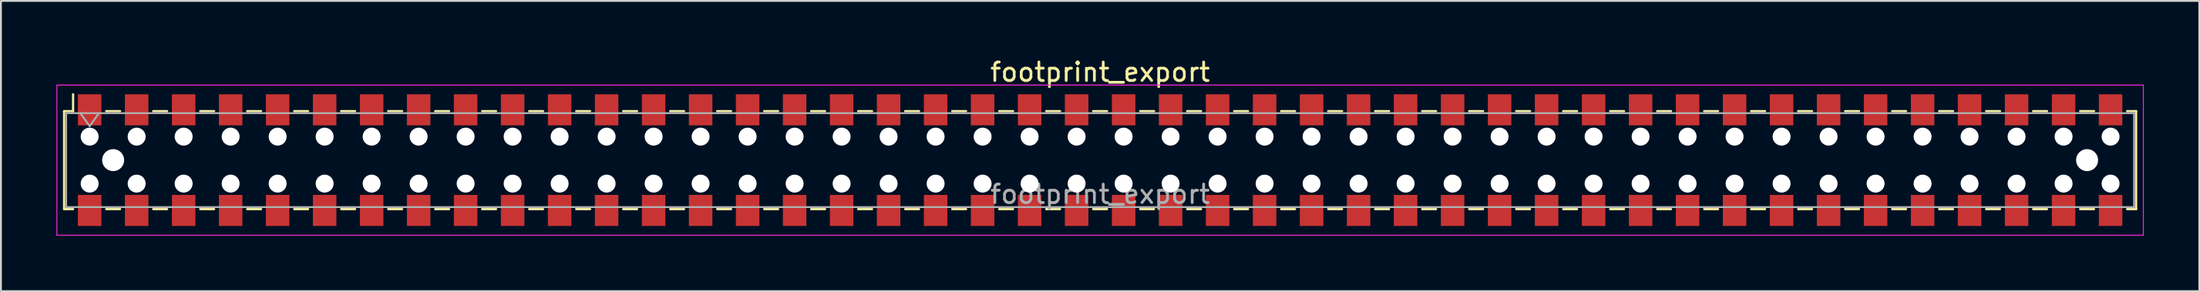
<source format=kicad_pcb>
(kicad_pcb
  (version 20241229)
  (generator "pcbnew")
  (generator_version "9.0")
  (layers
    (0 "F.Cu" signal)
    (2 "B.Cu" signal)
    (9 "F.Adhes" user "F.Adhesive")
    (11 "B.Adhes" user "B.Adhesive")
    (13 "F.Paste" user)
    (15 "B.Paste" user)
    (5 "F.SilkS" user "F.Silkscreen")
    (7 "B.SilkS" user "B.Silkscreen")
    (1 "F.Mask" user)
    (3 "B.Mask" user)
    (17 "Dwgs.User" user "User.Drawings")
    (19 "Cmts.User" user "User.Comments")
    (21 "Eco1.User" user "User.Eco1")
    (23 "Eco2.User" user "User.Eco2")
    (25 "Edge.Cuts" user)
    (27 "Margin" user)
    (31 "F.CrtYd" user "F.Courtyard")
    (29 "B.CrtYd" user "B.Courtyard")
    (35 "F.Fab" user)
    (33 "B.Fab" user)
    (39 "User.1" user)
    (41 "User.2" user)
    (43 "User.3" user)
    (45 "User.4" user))
  (footprint "footprint_export"
    (layer "F.Cu")
    (at 56.405 5.608)
    (property "Reference" "footprint_export" (at 0 -4.76 0) (layer "F.SilkS") (effects (font (size 1 1) (thickness 0.15))))
    (attr smd)
    (fp_line (start -55.99 -2.65) (end -55.99 2.65) (stroke (width 0.12) (type solid)) (layer "F.SilkS"))
    (fp_line (start -55.99 2.65) (end -55.505 2.65) (stroke (width 0.12) (type solid)) (layer "F.SilkS"))
    (fp_line (start -55.505 -3.56) (end -55.505 -2.65) (stroke (width 0.12) (type solid)) (layer "F.SilkS"))
    (fp_line (start -55.505 -2.65) (end -55.99 -2.65) (stroke (width 0.12) (type solid)) (layer "F.SilkS"))
    (fp_line (start -53.715 -2.65) (end -52.965 -2.65) (stroke (width 0.12) (type solid)) (layer "F.SilkS"))
    (fp_line (start -53.715 2.65) (end -52.965 2.65) (stroke (width 0.12) (type solid)) (layer "F.SilkS"))
    (fp_line (start -51.175 -2.65) (end -50.425 -2.65) (stroke (width 0.12) (type solid)) (layer "F.SilkS"))
    (fp_line (start -51.175 2.65) (end -50.425 2.65) (stroke (width 0.12) (type solid)) (layer "F.SilkS"))
    (fp_line (start -48.635 -2.65) (end -47.885 -2.65) (stroke (width 0.12) (type solid)) (layer "F.SilkS"))
    (fp_line (start -48.635 2.65) (end -47.885 2.65) (stroke (width 0.12) (type solid)) (layer "F.SilkS"))
    (fp_line (start -46.095 -2.65) (end -45.345 -2.65) (stroke (width 0.12) (type solid)) (layer "F.SilkS"))
    (fp_line (start -46.095 2.65) (end -45.345 2.65) (stroke (width 0.12) (type solid)) (layer "F.SilkS"))
    (fp_line (start -43.555 -2.65) (end -42.805 -2.65) (stroke (width 0.12) (type solid)) (layer "F.SilkS"))
    (fp_line (start -43.555 2.65) (end -42.805 2.65) (stroke (width 0.12) (type solid)) (layer "F.SilkS"))
    (fp_line (start -41.015 -2.65) (end -40.265 -2.65) (stroke (width 0.12) (type solid)) (layer "F.SilkS"))
    (fp_line (start -41.015 2.65) (end -40.265 2.65) (stroke (width 0.12) (type solid)) (layer "F.SilkS"))
    (fp_line (start -38.475 -2.65) (end -37.725 -2.65) (stroke (width 0.12) (type solid)) (layer "F.SilkS"))
    (fp_line (start -38.475 2.65) (end -37.725 2.65) (stroke (width 0.12) (type solid)) (layer "F.SilkS"))
    (fp_line (start -35.935 -2.65) (end -35.185 -2.65) (stroke (width 0.12) (type solid)) (layer "F.SilkS"))
    (fp_line (start -35.935 2.65) (end -35.185 2.65) (stroke (width 0.12) (type solid)) (layer "F.SilkS"))
    (fp_line (start -33.395 -2.65) (end -32.645 -2.65) (stroke (width 0.12) (type solid)) (layer "F.SilkS"))
    (fp_line (start -33.395 2.65) (end -32.645 2.65) (stroke (width 0.12) (type solid)) (layer "F.SilkS"))
    (fp_line (start -30.855 -2.65) (end -30.105 -2.65) (stroke (width 0.12) (type solid)) (layer "F.SilkS"))
    (fp_line (start -30.855 2.65) (end -30.105 2.65) (stroke (width 0.12) (type solid)) (layer "F.SilkS"))
    (fp_line (start -28.315 -2.65) (end -27.565 -2.65) (stroke (width 0.12) (type solid)) (layer "F.SilkS"))
    (fp_line (start -28.315 2.65) (end -27.565 2.65) (stroke (width 0.12) (type solid)) (layer "F.SilkS"))
    (fp_line (start -25.775 -2.65) (end -25.025 -2.65) (stroke (width 0.12) (type solid)) (layer "F.SilkS"))
    (fp_line (start -25.775 2.65) (end -25.025 2.65) (stroke (width 0.12) (type solid)) (layer "F.SilkS"))
    (fp_line (start -23.235 -2.65) (end -22.485 -2.65) (stroke (width 0.12) (type solid)) (layer "F.SilkS"))
    (fp_line (start -23.235 2.65) (end -22.485 2.65) (stroke (width 0.12) (type solid)) (layer "F.SilkS"))
    (fp_line (start -20.695 -2.65) (end -19.945 -2.65) (stroke (width 0.12) (type solid)) (layer "F.SilkS"))
    (fp_line (start -20.695 2.65) (end -19.945 2.65) (stroke (width 0.12) (type solid)) (layer "F.SilkS"))
    (fp_line (start -18.155 -2.65) (end -17.405 -2.65) (stroke (width 0.12) (type solid)) (layer "F.SilkS"))
    (fp_line (start -18.155 2.65) (end -17.405 2.65) (stroke (width 0.12) (type solid)) (layer "F.SilkS"))
    (fp_line (start -15.615 -2.65) (end -14.865 -2.65) (stroke (width 0.12) (type solid)) (layer "F.SilkS"))
    (fp_line (start -15.615 2.65) (end -14.865 2.65) (stroke (width 0.12) (type solid)) (layer "F.SilkS"))
    (fp_line (start -13.075 -2.65) (end -12.325 -2.65) (stroke (width 0.12) (type solid)) (layer "F.SilkS"))
    (fp_line (start -13.075 2.65) (end -12.325 2.65) (stroke (width 0.12) (type solid)) (layer "F.SilkS"))
    (fp_line (start -10.535 -2.65) (end -9.785 -2.65) (stroke (width 0.12) (type solid)) (layer "F.SilkS"))
    (fp_line (start -10.535 2.65) (end -9.785 2.65) (stroke (width 0.12) (type solid)) (layer "F.SilkS"))
    (fp_line (start -7.995 -2.65) (end -7.245 -2.65) (stroke (width 0.12) (type solid)) (layer "F.SilkS"))
    (fp_line (start -7.995 2.65) (end -7.245 2.65) (stroke (width 0.12) (type solid)) (layer "F.SilkS"))
    (fp_line (start -5.455 -2.65) (end -4.705 -2.65) (stroke (width 0.12) (type solid)) (layer "F.SilkS"))
    (fp_line (start -5.455 2.65) (end -4.705 2.65) (stroke (width 0.12) (type solid)) (layer "F.SilkS"))
    (fp_line (start -2.915 -2.65) (end -2.165 -2.65) (stroke (width 0.12) (type solid)) (layer "F.SilkS"))
    (fp_line (start -2.915 2.65) (end -2.165 2.65) (stroke (width 0.12) (type solid)) (layer "F.SilkS"))
    (fp_line (start -0.375 -2.65) (end 0.375 -2.65) (stroke (width 0.12) (type solid)) (layer "F.SilkS"))
    (fp_line (start -0.375 2.65) (end 0.375 2.65) (stroke (width 0.12) (type solid)) (layer "F.SilkS"))
    (fp_line (start 2.165 -2.65) (end 2.915 -2.65) (stroke (width 0.12) (type solid)) (layer "F.SilkS"))
    (fp_line (start 2.165 2.65) (end 2.915 2.65) (stroke (width 0.12) (type solid)) (layer "F.SilkS"))
    (fp_line (start 4.705 -2.65) (end 5.455 -2.65) (stroke (width 0.12) (type solid)) (layer "F.SilkS"))
    (fp_line (start 4.705 2.65) (end 5.455 2.65) (stroke (width 0.12) (type solid)) (layer "F.SilkS"))
    (fp_line (start 7.245 -2.65) (end 7.995 -2.65) (stroke (width 0.12) (type solid)) (layer "F.SilkS"))
    (fp_line (start 7.245 2.65) (end 7.995 2.65) (stroke (width 0.12) (type solid)) (layer "F.SilkS"))
    (fp_line (start 9.785 -2.65) (end 10.535 -2.65) (stroke (width 0.12) (type solid)) (layer "F.SilkS"))
    (fp_line (start 9.785 2.65) (end 10.535 2.65) (stroke (width 0.12) (type solid)) (layer "F.SilkS"))
    (fp_line (start 12.325 -2.65) (end 13.075 -2.65) (stroke (width 0.12) (type solid)) (layer "F.SilkS"))
    (fp_line (start 12.325 2.65) (end 13.075 2.65) (stroke (width 0.12) (type solid)) (layer "F.SilkS"))
    (fp_line (start 14.865 -2.65) (end 15.615 -2.65) (stroke (width 0.12) (type solid)) (layer "F.SilkS"))
    (fp_line (start 14.865 2.65) (end 15.615 2.65) (stroke (width 0.12) (type solid)) (layer "F.SilkS"))
    (fp_line (start 17.405 -2.65) (end 18.155 -2.65) (stroke (width 0.12) (type solid)) (layer "F.SilkS"))
    (fp_line (start 17.405 2.65) (end 18.155 2.65) (stroke (width 0.12) (type solid)) (layer "F.SilkS"))
    (fp_line (start 19.945 -2.65) (end 20.695 -2.65) (stroke (width 0.12) (type solid)) (layer "F.SilkS"))
    (fp_line (start 19.945 2.65) (end 20.695 2.65) (stroke (width 0.12) (type solid)) (layer "F.SilkS"))
    (fp_line (start 22.485 -2.65) (end 23.235 -2.65) (stroke (width 0.12) (type solid)) (layer "F.SilkS"))
    (fp_line (start 22.485 2.65) (end 23.235 2.65) (stroke (width 0.12) (type solid)) (layer "F.SilkS"))
    (fp_line (start 25.025 -2.65) (end 25.775 -2.65) (stroke (width 0.12) (type solid)) (layer "F.SilkS"))
    (fp_line (start 25.025 2.65) (end 25.775 2.65) (stroke (width 0.12) (type solid)) (layer "F.SilkS"))
    (fp_line (start 27.565 -2.65) (end 28.315 -2.65) (stroke (width 0.12) (type solid)) (layer "F.SilkS"))
    (fp_line (start 27.565 2.65) (end 28.315 2.65) (stroke (width 0.12) (type solid)) (layer "F.SilkS"))
    (fp_line (start 30.105 -2.65) (end 30.855 -2.65) (stroke (width 0.12) (type solid)) (layer "F.SilkS"))
    (fp_line (start 30.105 2.65) (end 30.855 2.65) (stroke (width 0.12) (type solid)) (layer "F.SilkS"))
    (fp_line (start 32.645 -2.65) (end 33.395 -2.65) (stroke (width 0.12) (type solid)) (layer "F.SilkS"))
    (fp_line (start 32.645 2.65) (end 33.395 2.65) (stroke (width 0.12) (type solid)) (layer "F.SilkS"))
    (fp_line (start 35.185 -2.65) (end 35.935 -2.65) (stroke (width 0.12) (type solid)) (layer "F.SilkS"))
    (fp_line (start 35.185 2.65) (end 35.935 2.65) (stroke (width 0.12) (type solid)) (layer "F.SilkS"))
    (fp_line (start 37.725 -2.65) (end 38.475 -2.65) (stroke (width 0.12) (type solid)) (layer "F.SilkS"))
    (fp_line (start 37.725 2.65) (end 38.475 2.65) (stroke (width 0.12) (type solid)) (layer "F.SilkS"))
    (fp_line (start 40.265 -2.65) (end 41.015 -2.65) (stroke (width 0.12) (type solid)) (layer "F.SilkS"))
    (fp_line (start 40.265 2.65) (end 41.015 2.65) (stroke (width 0.12) (type solid)) (layer "F.SilkS"))
    (fp_line (start 42.805 -2.65) (end 43.555 -2.65) (stroke (width 0.12) (type solid)) (layer "F.SilkS"))
    (fp_line (start 42.805 2.65) (end 43.555 2.65) (stroke (width 0.12) (type solid)) (layer "F.SilkS"))
    (fp_line (start 45.345 -2.65) (end 46.095 -2.65) (stroke (width 0.12) (type solid)) (layer "F.SilkS"))
    (fp_line (start 45.345 2.65) (end 46.095 2.65) (stroke (width 0.12) (type solid)) (layer "F.SilkS"))
    (fp_line (start 47.885 -2.65) (end 48.635 -2.65) (stroke (width 0.12) (type solid)) (layer "F.SilkS"))
    (fp_line (start 47.885 2.65) (end 48.635 2.65) (stroke (width 0.12) (type solid)) (layer "F.SilkS"))
    (fp_line (start 50.425 -2.65) (end 51.175 -2.65) (stroke (width 0.12) (type solid)) (layer "F.SilkS"))
    (fp_line (start 50.425 2.65) (end 51.175 2.65) (stroke (width 0.12) (type solid)) (layer "F.SilkS"))
    (fp_line (start 52.965 -2.65) (end 53.715 -2.65) (stroke (width 0.12) (type solid)) (layer "F.SilkS"))
    (fp_line (start 52.965 2.65) (end 53.715 2.65) (stroke (width 0.12) (type solid)) (layer "F.SilkS"))
    (fp_line (start 55.505 -2.65) (end 55.99 -2.65) (stroke (width 0.12) (type solid)) (layer "F.SilkS"))
    (fp_line (start 55.99 -2.65) (end 55.99 2.65) (stroke (width 0.12) (type solid)) (layer "F.SilkS"))
    (fp_line (start 55.99 2.65) (end 55.505 2.65) (stroke (width 0.12) (type solid)) (layer "F.SilkS"))
    (fp_line (start -56.38 -4.06) (end 56.38 -4.06) (stroke (width 0.05) (type solid)) (layer "F.CrtYd"))
    (fp_line (start -56.38 4.06) (end -56.38 -4.06) (stroke (width 0.05) (type solid)) (layer "F.CrtYd"))
    (fp_line (start 56.38 -4.06) (end 56.38 4.06) (stroke (width 0.05) (type solid)) (layer "F.CrtYd"))
    (fp_line (start 56.38 4.06) (end -56.38 4.06) (stroke (width 0.05) (type solid)) (layer "F.CrtYd"))
    (fp_line (start -55.88 -2.54) (end 55.88 -2.54) (stroke (width 0.1) (type solid)) (layer "F.Fab"))
    (fp_line (start -55.88 2.54) (end -55.88 -2.54) (stroke (width 0.1) (type solid)) (layer "F.Fab"))
    (fp_line (start -55.11 -2.54) (end -54.61 -1.833) (stroke (width 0.1) (type solid)) (layer "F.Fab"))
    (fp_line (start -54.61 -1.833) (end -54.11 -2.54) (stroke (width 0.1) (type solid)) (layer "F.Fab"))
    (fp_line (start 55.88 -2.54) (end 55.88 2.54) (stroke (width 0.1) (type solid)) (layer "F.Fab"))
    (fp_line (start 55.88 2.54) (end -55.88 2.54) (stroke (width 0.1) (type solid)) (layer "F.Fab"))
    (fp_text user "${REFERENCE}" (at 0 1.84 0) (layer "F.Fab") (effects (font (size 1 1) (thickness 0.15))))
    (pad "" np_thru_hole circle (at -54.61 -1.27) (size 0.97 0.97) (drill 0.97) (layers "*.Cu" "*.Mask"))
    (pad "" np_thru_hole circle (at -54.61 1.27) (size 0.97 0.97) (drill 0.97) (layers "*.Cu" "*.Mask"))
    (pad "" np_thru_hole circle (at -53.34 0) (size 1.19 1.19) (drill 1.19) (layers "*.Cu" "*.Mask"))
    (pad "" np_thru_hole circle (at -52.07 -1.27) (size 0.97 0.97) (drill 0.97) (layers "*.Cu" "*.Mask"))
    (pad "" np_thru_hole circle (at -52.07 1.27) (size 0.97 0.97) (drill 0.97) (layers "*.Cu" "*.Mask"))
    (pad "" np_thru_hole circle (at -49.53 -1.27) (size 0.97 0.97) (drill 0.97) (layers "*.Cu" "*.Mask"))
    (pad "" np_thru_hole circle (at -49.53 1.27) (size 0.97 0.97) (drill 0.97) (layers "*.Cu" "*.Mask"))
    (pad "" np_thru_hole circle (at -46.99 -1.27) (size 0.97 0.97) (drill 0.97) (layers "*.Cu" "*.Mask"))
    (pad "" np_thru_hole circle (at -46.99 1.27) (size 0.97 0.97) (drill 0.97) (layers "*.Cu" "*.Mask"))
    (pad "" np_thru_hole circle (at -44.45 -1.27) (size 0.97 0.97) (drill 0.97) (layers "*.Cu" "*.Mask"))
    (pad "" np_thru_hole circle (at -44.45 1.27) (size 0.97 0.97) (drill 0.97) (layers "*.Cu" "*.Mask"))
    (pad "" np_thru_hole circle (at -41.91 -1.27) (size 0.97 0.97) (drill 0.97) (layers "*.Cu" "*.Mask"))
    (pad "" np_thru_hole circle (at -41.91 1.27) (size 0.97 0.97) (drill 0.97) (layers "*.Cu" "*.Mask"))
    (pad "" np_thru_hole circle (at -39.37 -1.27) (size 0.97 0.97) (drill 0.97) (layers "*.Cu" "*.Mask"))
    (pad "" np_thru_hole circle (at -39.37 1.27) (size 0.97 0.97) (drill 0.97) (layers "*.Cu" "*.Mask"))
    (pad "" np_thru_hole circle (at -36.83 -1.27) (size 0.97 0.97) (drill 0.97) (layers "*.Cu" "*.Mask"))
    (pad "" np_thru_hole circle (at -36.83 1.27) (size 0.97 0.97) (drill 0.97) (layers "*.Cu" "*.Mask"))
    (pad "" np_thru_hole circle (at -34.29 -1.27) (size 0.97 0.97) (drill 0.97) (layers "*.Cu" "*.Mask"))
    (pad "" np_thru_hole circle (at -34.29 1.27) (size 0.97 0.97) (drill 0.97) (layers "*.Cu" "*.Mask"))
    (pad "" np_thru_hole circle (at -31.75 -1.27) (size 0.97 0.97) (drill 0.97) (layers "*.Cu" "*.Mask"))
    (pad "" np_thru_hole circle (at -31.75 1.27) (size 0.97 0.97) (drill 0.97) (layers "*.Cu" "*.Mask"))
    (pad "" np_thru_hole circle (at -29.21 -1.27) (size 0.97 0.97) (drill 0.97) (layers "*.Cu" "*.Mask"))
    (pad "" np_thru_hole circle (at -29.21 1.27) (size 0.97 0.97) (drill 0.97) (layers "*.Cu" "*.Mask"))
    (pad "" np_thru_hole circle (at -26.67 -1.27) (size 0.97 0.97) (drill 0.97) (layers "*.Cu" "*.Mask"))
    (pad "" np_thru_hole circle (at -26.67 1.27) (size 0.97 0.97) (drill 0.97) (layers "*.Cu" "*.Mask"))
    (pad "" np_thru_hole circle (at -24.13 -1.27) (size 0.97 0.97) (drill 0.97) (layers "*.Cu" "*.Mask"))
    (pad "" np_thru_hole circle (at -24.13 1.27) (size 0.97 0.97) (drill 0.97) (layers "*.Cu" "*.Mask"))
    (pad "" np_thru_hole circle (at -21.59 -1.27) (size 0.97 0.97) (drill 0.97) (layers "*.Cu" "*.Mask"))
    (pad "" np_thru_hole circle (at -21.59 1.27) (size 0.97 0.97) (drill 0.97) (layers "*.Cu" "*.Mask"))
    (pad "" np_thru_hole circle (at -19.05 -1.27) (size 0.97 0.97) (drill 0.97) (layers "*.Cu" "*.Mask"))
    (pad "" np_thru_hole circle (at -19.05 1.27) (size 0.97 0.97) (drill 0.97) (layers "*.Cu" "*.Mask"))
    (pad "" np_thru_hole circle (at -16.51 -1.27) (size 0.97 0.97) (drill 0.97) (layers "*.Cu" "*.Mask"))
    (pad "" np_thru_hole circle (at -16.51 1.27) (size 0.97 0.97) (drill 0.97) (layers "*.Cu" "*.Mask"))
    (pad "" np_thru_hole circle (at -13.97 -1.27) (size 0.97 0.97) (drill 0.97) (layers "*.Cu" "*.Mask"))
    (pad "" np_thru_hole circle (at -13.97 1.27) (size 0.97 0.97) (drill 0.97) (layers "*.Cu" "*.Mask"))
    (pad "" np_thru_hole circle (at -11.43 -1.27) (size 0.97 0.97) (drill 0.97) (layers "*.Cu" "*.Mask"))
    (pad "" np_thru_hole circle (at -11.43 1.27) (size 0.97 0.97) (drill 0.97) (layers "*.Cu" "*.Mask"))
    (pad "" np_thru_hole circle (at -8.89 -1.27) (size 0.97 0.97) (drill 0.97) (layers "*.Cu" "*.Mask"))
    (pad "" np_thru_hole circle (at -8.89 1.27) (size 0.97 0.97) (drill 0.97) (layers "*.Cu" "*.Mask"))
    (pad "" np_thru_hole circle (at -6.35 -1.27) (size 0.97 0.97) (drill 0.97) (layers "*.Cu" "*.Mask"))
    (pad "" np_thru_hole circle (at -6.35 1.27) (size 0.97 0.97) (drill 0.97) (layers "*.Cu" "*.Mask"))
    (pad "" np_thru_hole circle (at -3.81 -1.27) (size 0.97 0.97) (drill 0.97) (layers "*.Cu" "*.Mask"))
    (pad "" np_thru_hole circle (at -3.81 1.27) (size 0.97 0.97) (drill 0.97) (layers "*.Cu" "*.Mask"))
    (pad "" np_thru_hole circle (at -1.27 -1.27) (size 0.97 0.97) (drill 0.97) (layers "*.Cu" "*.Mask"))
    (pad "" np_thru_hole circle (at -1.27 1.27) (size 0.97 0.97) (drill 0.97) (layers "*.Cu" "*.Mask"))
    (pad "" np_thru_hole circle (at 1.27 -1.27) (size 0.97 0.97) (drill 0.97) (layers "*.Cu" "*.Mask"))
    (pad "" np_thru_hole circle (at 1.27 1.27) (size 0.97 0.97) (drill 0.97) (layers "*.Cu" "*.Mask"))
    (pad "" np_thru_hole circle (at 3.81 -1.27) (size 0.97 0.97) (drill 0.97) (layers "*.Cu" "*.Mask"))
    (pad "" np_thru_hole circle (at 3.81 1.27) (size 0.97 0.97) (drill 0.97) (layers "*.Cu" "*.Mask"))
    (pad "" np_thru_hole circle (at 6.35 -1.27) (size 0.97 0.97) (drill 0.97) (layers "*.Cu" "*.Mask"))
    (pad "" np_thru_hole circle (at 6.35 1.27) (size 0.97 0.97) (drill 0.97) (layers "*.Cu" "*.Mask"))
    (pad "" np_thru_hole circle (at 8.89 -1.27) (size 0.97 0.97) (drill 0.97) (layers "*.Cu" "*.Mask"))
    (pad "" np_thru_hole circle (at 8.89 1.27) (size 0.97 0.97) (drill 0.97) (layers "*.Cu" "*.Mask"))
    (pad "" np_thru_hole circle (at 11.43 -1.27) (size 0.97 0.97) (drill 0.97) (layers "*.Cu" "*.Mask"))
    (pad "" np_thru_hole circle (at 11.43 1.27) (size 0.97 0.97) (drill 0.97) (layers "*.Cu" "*.Mask"))
    (pad "" np_thru_hole circle (at 13.97 -1.27) (size 0.97 0.97) (drill 0.97) (layers "*.Cu" "*.Mask"))
    (pad "" np_thru_hole circle (at 13.97 1.27) (size 0.97 0.97) (drill 0.97) (layers "*.Cu" "*.Mask"))
    (pad "" np_thru_hole circle (at 16.51 -1.27) (size 0.97 0.97) (drill 0.97) (layers "*.Cu" "*.Mask"))
    (pad "" np_thru_hole circle (at 16.51 1.27) (size 0.97 0.97) (drill 0.97) (layers "*.Cu" "*.Mask"))
    (pad "" np_thru_hole circle (at 19.05 -1.27) (size 0.97 0.97) (drill 0.97) (layers "*.Cu" "*.Mask"))
    (pad "" np_thru_hole circle (at 19.05 1.27) (size 0.97 0.97) (drill 0.97) (layers "*.Cu" "*.Mask"))
    (pad "" np_thru_hole circle (at 21.59 -1.27) (size 0.97 0.97) (drill 0.97) (layers "*.Cu" "*.Mask"))
    (pad "" np_thru_hole circle (at 21.59 1.27) (size 0.97 0.97) (drill 0.97) (layers "*.Cu" "*.Mask"))
    (pad "" np_thru_hole circle (at 24.13 -1.27) (size 0.97 0.97) (drill 0.97) (layers "*.Cu" "*.Mask"))
    (pad "" np_thru_hole circle (at 24.13 1.27) (size 0.97 0.97) (drill 0.97) (layers "*.Cu" "*.Mask"))
    (pad "" np_thru_hole circle (at 26.67 -1.27) (size 0.97 0.97) (drill 0.97) (layers "*.Cu" "*.Mask"))
    (pad "" np_thru_hole circle (at 26.67 1.27) (size 0.97 0.97) (drill 0.97) (layers "*.Cu" "*.Mask"))
    (pad "" np_thru_hole circle (at 29.21 -1.27) (size 0.97 0.97) (drill 0.97) (layers "*.Cu" "*.Mask"))
    (pad "" np_thru_hole circle (at 29.21 1.27) (size 0.97 0.97) (drill 0.97) (layers "*.Cu" "*.Mask"))
    (pad "" np_thru_hole circle (at 31.75 -1.27) (size 0.97 0.97) (drill 0.97) (layers "*.Cu" "*.Mask"))
    (pad "" np_thru_hole circle (at 31.75 1.27) (size 0.97 0.97) (drill 0.97) (layers "*.Cu" "*.Mask"))
    (pad "" np_thru_hole circle (at 34.29 -1.27) (size 0.97 0.97) (drill 0.97) (layers "*.Cu" "*.Mask"))
    (pad "" np_thru_hole circle (at 34.29 1.27) (size 0.97 0.97) (drill 0.97) (layers "*.Cu" "*.Mask"))
    (pad "" np_thru_hole circle (at 36.83 -1.27) (size 0.97 0.97) (drill 0.97) (layers "*.Cu" "*.Mask"))
    (pad "" np_thru_hole circle (at 36.83 1.27) (size 0.97 0.97) (drill 0.97) (layers "*.Cu" "*.Mask"))
    (pad "" np_thru_hole circle (at 39.37 -1.27) (size 0.97 0.97) (drill 0.97) (layers "*.Cu" "*.Mask"))
    (pad "" np_thru_hole circle (at 39.37 1.27) (size 0.97 0.97) (drill 0.97) (layers "*.Cu" "*.Mask"))
    (pad "" np_thru_hole circle (at 41.91 -1.27) (size 0.97 0.97) (drill 0.97) (layers "*.Cu" "*.Mask"))
    (pad "" np_thru_hole circle (at 41.91 1.27) (size 0.97 0.97) (drill 0.97) (layers "*.Cu" "*.Mask"))
    (pad "" np_thru_hole circle (at 44.45 -1.27) (size 0.97 0.97) (drill 0.97) (layers "*.Cu" "*.Mask"))
    (pad "" np_thru_hole circle (at 44.45 1.27) (size 0.97 0.97) (drill 0.97) (layers "*.Cu" "*.Mask"))
    (pad "" np_thru_hole circle (at 46.99 -1.27) (size 0.97 0.97) (drill 0.97) (layers "*.Cu" "*.Mask"))
    (pad "" np_thru_hole circle (at 46.99 1.27) (size 0.97 0.97) (drill 0.97) (layers "*.Cu" "*.Mask"))
    (pad "" np_thru_hole circle (at 49.53 -1.27) (size 0.97 0.97) (drill 0.97) (layers "*.Cu" "*.Mask"))
    (pad "" np_thru_hole circle (at 49.53 1.27) (size 0.97 0.97) (drill 0.97) (layers "*.Cu" "*.Mask"))
    (pad "" np_thru_hole circle (at 52.07 -1.27) (size 0.97 0.97) (drill 0.97) (layers "*.Cu" "*.Mask"))
    (pad "" np_thru_hole circle (at 52.07 1.27) (size 0.97 0.97) (drill 0.97) (layers "*.Cu" "*.Mask"))
    (pad "" np_thru_hole circle (at 53.34 0) (size 1.19 1.19) (drill 1.19) (layers "*.Cu" "*.Mask"))
    (pad "" np_thru_hole circle (at 54.61 -1.27) (size 0.97 0.97) (drill 0.97) (layers "*.Cu" "*.Mask"))
    (pad "" np_thru_hole circle (at 54.61 1.27) (size 0.97 0.97) (drill 0.97) (layers "*.Cu" "*.Mask"))
    (pad "1" smd rect (at -54.61 -2.72) (size 1.27 1.68) (layers "F.Cu" "F.Mask" "F.Paste"))
    (pad "2" smd rect (at -54.61 2.72) (size 1.27 1.68) (layers "F.Cu" "F.Mask" "F.Paste"))
    (pad "3" smd rect (at -52.07 -2.72) (size 1.27 1.68) (layers "F.Cu" "F.Mask" "F.Paste"))
    (pad "4" smd rect (at -52.07 2.72) (size 1.27 1.68) (layers "F.Cu" "F.Mask" "F.Paste"))
    (pad "5" smd rect (at -49.53 -2.72) (size 1.27 1.68) (layers "F.Cu" "F.Mask" "F.Paste"))
    (pad "6" smd rect (at -49.53 2.72) (size 1.27 1.68) (layers "F.Cu" "F.Mask" "F.Paste"))
    (pad "7" smd rect (at -46.99 -2.72) (size 1.27 1.68) (layers "F.Cu" "F.Mask" "F.Paste"))
    (pad "8" smd rect (at -46.99 2.72) (size 1.27 1.68) (layers "F.Cu" "F.Mask" "F.Paste"))
    (pad "9" smd rect (at -44.45 -2.72) (size 1.27 1.68) (layers "F.Cu" "F.Mask" "F.Paste"))
    (pad "10" smd rect (at -44.45 2.72) (size 1.27 1.68) (layers "F.Cu" "F.Mask" "F.Paste"))
    (pad "11" smd rect (at -41.91 -2.72) (size 1.27 1.68) (layers "F.Cu" "F.Mask" "F.Paste"))
    (pad "12" smd rect (at -41.91 2.72) (size 1.27 1.68) (layers "F.Cu" "F.Mask" "F.Paste"))
    (pad "13" smd rect (at -39.37 -2.72) (size 1.27 1.68) (layers "F.Cu" "F.Mask" "F.Paste"))
    (pad "14" smd rect (at -39.37 2.72) (size 1.27 1.68) (layers "F.Cu" "F.Mask" "F.Paste"))
    (pad "15" smd rect (at -36.83 -2.72) (size 1.27 1.68) (layers "F.Cu" "F.Mask" "F.Paste"))
    (pad "16" smd rect (at -36.83 2.72) (size 1.27 1.68) (layers "F.Cu" "F.Mask" "F.Paste"))
    (pad "17" smd rect (at -34.29 -2.72) (size 1.27 1.68) (layers "F.Cu" "F.Mask" "F.Paste"))
    (pad "18" smd rect (at -34.29 2.72) (size 1.27 1.68) (layers "F.Cu" "F.Mask" "F.Paste"))
    (pad "19" smd rect (at -31.75 -2.72) (size 1.27 1.68) (layers "F.Cu" "F.Mask" "F.Paste"))
    (pad "20" smd rect (at -31.75 2.72) (size 1.27 1.68) (layers "F.Cu" "F.Mask" "F.Paste"))
    (pad "21" smd rect (at -29.21 -2.72) (size 1.27 1.68) (layers "F.Cu" "F.Mask" "F.Paste"))
    (pad "22" smd rect (at -29.21 2.72) (size 1.27 1.68) (layers "F.Cu" "F.Mask" "F.Paste"))
    (pad "23" smd rect (at -26.67 -2.72) (size 1.27 1.68) (layers "F.Cu" "F.Mask" "F.Paste"))
    (pad "24" smd rect (at -26.67 2.72) (size 1.27 1.68) (layers "F.Cu" "F.Mask" "F.Paste"))
    (pad "25" smd rect (at -24.13 -2.72) (size 1.27 1.68) (layers "F.Cu" "F.Mask" "F.Paste"))
    (pad "26" smd rect (at -24.13 2.72) (size 1.27 1.68) (layers "F.Cu" "F.Mask" "F.Paste"))
    (pad "27" smd rect (at -21.59 -2.72) (size 1.27 1.68) (layers "F.Cu" "F.Mask" "F.Paste"))
    (pad "28" smd rect (at -21.59 2.72) (size 1.27 1.68) (layers "F.Cu" "F.Mask" "F.Paste"))
    (pad "29" smd rect (at -19.05 -2.72) (size 1.27 1.68) (layers "F.Cu" "F.Mask" "F.Paste"))
    (pad "30" smd rect (at -19.05 2.72) (size 1.27 1.68) (layers "F.Cu" "F.Mask" "F.Paste"))
    (pad "31" smd rect (at -16.51 -2.72) (size 1.27 1.68) (layers "F.Cu" "F.Mask" "F.Paste"))
    (pad "32" smd rect (at -16.51 2.72) (size 1.27 1.68) (layers "F.Cu" "F.Mask" "F.Paste"))
    (pad "33" smd rect (at -13.97 -2.72) (size 1.27 1.68) (layers "F.Cu" "F.Mask" "F.Paste"))
    (pad "34" smd rect (at -13.97 2.72) (size 1.27 1.68) (layers "F.Cu" "F.Mask" "F.Paste"))
    (pad "35" smd rect (at -11.43 -2.72) (size 1.27 1.68) (layers "F.Cu" "F.Mask" "F.Paste"))
    (pad "36" smd rect (at -11.43 2.72) (size 1.27 1.68) (layers "F.Cu" "F.Mask" "F.Paste"))
    (pad "37" smd rect (at -8.89 -2.72) (size 1.27 1.68) (layers "F.Cu" "F.Mask" "F.Paste"))
    (pad "38" smd rect (at -8.89 2.72) (size 1.27 1.68) (layers "F.Cu" "F.Mask" "F.Paste"))
    (pad "39" smd rect (at -6.35 -2.72) (size 1.27 1.68) (layers "F.Cu" "F.Mask" "F.Paste"))
    (pad "40" smd rect (at -6.35 2.72) (size 1.27 1.68) (layers "F.Cu" "F.Mask" "F.Paste"))
    (pad "41" smd rect (at -3.81 -2.72) (size 1.27 1.68) (layers "F.Cu" "F.Mask" "F.Paste"))
    (pad "42" smd rect (at -3.81 2.72) (size 1.27 1.68) (layers "F.Cu" "F.Mask" "F.Paste"))
    (pad "43" smd rect (at -1.27 -2.72) (size 1.27 1.68) (layers "F.Cu" "F.Mask" "F.Paste"))
    (pad "44" smd rect (at -1.27 2.72) (size 1.27 1.68) (layers "F.Cu" "F.Mask" "F.Paste"))
    (pad "45" smd rect (at 1.27 -2.72) (size 1.27 1.68) (layers "F.Cu" "F.Mask" "F.Paste"))
    (pad "46" smd rect (at 1.27 2.72) (size 1.27 1.68) (layers "F.Cu" "F.Mask" "F.Paste"))
    (pad "47" smd rect (at 3.81 -2.72) (size 1.27 1.68) (layers "F.Cu" "F.Mask" "F.Paste"))
    (pad "48" smd rect (at 3.81 2.72) (size 1.27 1.68) (layers "F.Cu" "F.Mask" "F.Paste"))
    (pad "49" smd rect (at 6.35 -2.72) (size 1.27 1.68) (layers "F.Cu" "F.Mask" "F.Paste"))
    (pad "50" smd rect (at 6.35 2.72) (size 1.27 1.68) (layers "F.Cu" "F.Mask" "F.Paste"))
    (pad "51" smd rect (at 8.89 -2.72) (size 1.27 1.68) (layers "F.Cu" "F.Mask" "F.Paste"))
    (pad "52" smd rect (at 8.89 2.72) (size 1.27 1.68) (layers "F.Cu" "F.Mask" "F.Paste"))
    (pad "53" smd rect (at 11.43 -2.72) (size 1.27 1.68) (layers "F.Cu" "F.Mask" "F.Paste"))
    (pad "54" smd rect (at 11.43 2.72) (size 1.27 1.68) (layers "F.Cu" "F.Mask" "F.Paste"))
    (pad "55" smd rect (at 13.97 -2.72) (size 1.27 1.68) (layers "F.Cu" "F.Mask" "F.Paste"))
    (pad "56" smd rect (at 13.97 2.72) (size 1.27 1.68) (layers "F.Cu" "F.Mask" "F.Paste"))
    (pad "57" smd rect (at 16.51 -2.72) (size 1.27 1.68) (layers "F.Cu" "F.Mask" "F.Paste"))
    (pad "58" smd rect (at 16.51 2.72) (size 1.27 1.68) (layers "F.Cu" "F.Mask" "F.Paste"))
    (pad "59" smd rect (at 19.05 -2.72) (size 1.27 1.68) (layers "F.Cu" "F.Mask" "F.Paste"))
    (pad "60" smd rect (at 19.05 2.72) (size 1.27 1.68) (layers "F.Cu" "F.Mask" "F.Paste"))
    (pad "61" smd rect (at 21.59 -2.72) (size 1.27 1.68) (layers "F.Cu" "F.Mask" "F.Paste"))
    (pad "62" smd rect (at 21.59 2.72) (size 1.27 1.68) (layers "F.Cu" "F.Mask" "F.Paste"))
    (pad "63" smd rect (at 24.13 -2.72) (size 1.27 1.68) (layers "F.Cu" "F.Mask" "F.Paste"))
    (pad "64" smd rect (at 24.13 2.72) (size 1.27 1.68) (layers "F.Cu" "F.Mask" "F.Paste"))
    (pad "65" smd rect (at 26.67 -2.72) (size 1.27 1.68) (layers "F.Cu" "F.Mask" "F.Paste"))
    (pad "66" smd rect (at 26.67 2.72) (size 1.27 1.68) (layers "F.Cu" "F.Mask" "F.Paste"))
    (pad "67" smd rect (at 29.21 -2.72) (size 1.27 1.68) (layers "F.Cu" "F.Mask" "F.Paste"))
    (pad "68" smd rect (at 29.21 2.72) (size 1.27 1.68) (layers "F.Cu" "F.Mask" "F.Paste"))
    (pad "69" smd rect (at 31.75 -2.72) (size 1.27 1.68) (layers "F.Cu" "F.Mask" "F.Paste"))
    (pad "70" smd rect (at 31.75 2.72) (size 1.27 1.68) (layers "F.Cu" "F.Mask" "F.Paste"))
    (pad "71" smd rect (at 34.29 -2.72) (size 1.27 1.68) (layers "F.Cu" "F.Mask" "F.Paste"))
    (pad "72" smd rect (at 34.29 2.72) (size 1.27 1.68) (layers "F.Cu" "F.Mask" "F.Paste"))
    (pad "73" smd rect (at 36.83 -2.72) (size 1.27 1.68) (layers "F.Cu" "F.Mask" "F.Paste"))
    (pad "74" smd rect (at 36.83 2.72) (size 1.27 1.68) (layers "F.Cu" "F.Mask" "F.Paste"))
    (pad "75" smd rect (at 39.37 -2.72) (size 1.27 1.68) (layers "F.Cu" "F.Mask" "F.Paste"))
    (pad "76" smd rect (at 39.37 2.72) (size 1.27 1.68) (layers "F.Cu" "F.Mask" "F.Paste"))
    (pad "77" smd rect (at 41.91 -2.72) (size 1.27 1.68) (layers "F.Cu" "F.Mask" "F.Paste"))
    (pad "78" smd rect (at 41.91 2.72) (size 1.27 1.68) (layers "F.Cu" "F.Mask" "F.Paste"))
    (pad "79" smd rect (at 44.45 -2.72) (size 1.27 1.68) (layers "F.Cu" "F.Mask" "F.Paste"))
    (pad "80" smd rect (at 44.45 2.72) (size 1.27 1.68) (layers "F.Cu" "F.Mask" "F.Paste"))
    (pad "81" smd rect (at 46.99 -2.72) (size 1.27 1.68) (layers "F.Cu" "F.Mask" "F.Paste"))
    (pad "82" smd rect (at 46.99 2.72) (size 1.27 1.68) (layers "F.Cu" "F.Mask" "F.Paste"))
    (pad "83" smd rect (at 49.53 -2.72) (size 1.27 1.68) (layers "F.Cu" "F.Mask" "F.Paste"))
    (pad "84" smd rect (at 49.53 2.72) (size 1.27 1.68) (layers "F.Cu" "F.Mask" "F.Paste"))
    (pad "85" smd rect (at 52.07 -2.72) (size 1.27 1.68) (layers "F.Cu" "F.Mask" "F.Paste"))
    (pad "86" smd rect (at 52.07 2.72) (size 1.27 1.68) (layers "F.Cu" "F.Mask" "F.Paste"))
    (pad "87" smd rect (at 54.61 -2.72) (size 1.27 1.68) (layers "F.Cu" "F.Mask" "F.Paste"))
    (pad "88" smd rect (at 54.61 2.72) (size 1.27 1.68) (layers "F.Cu" "F.Mask" "F.Paste")))
  (gr_rect
    (start -3 -3)
    (end 115.81 12.693)
    (stroke (width 0.1) (type default))
    (fill no)
    (layer "Edge.Cuts")))
</source>
